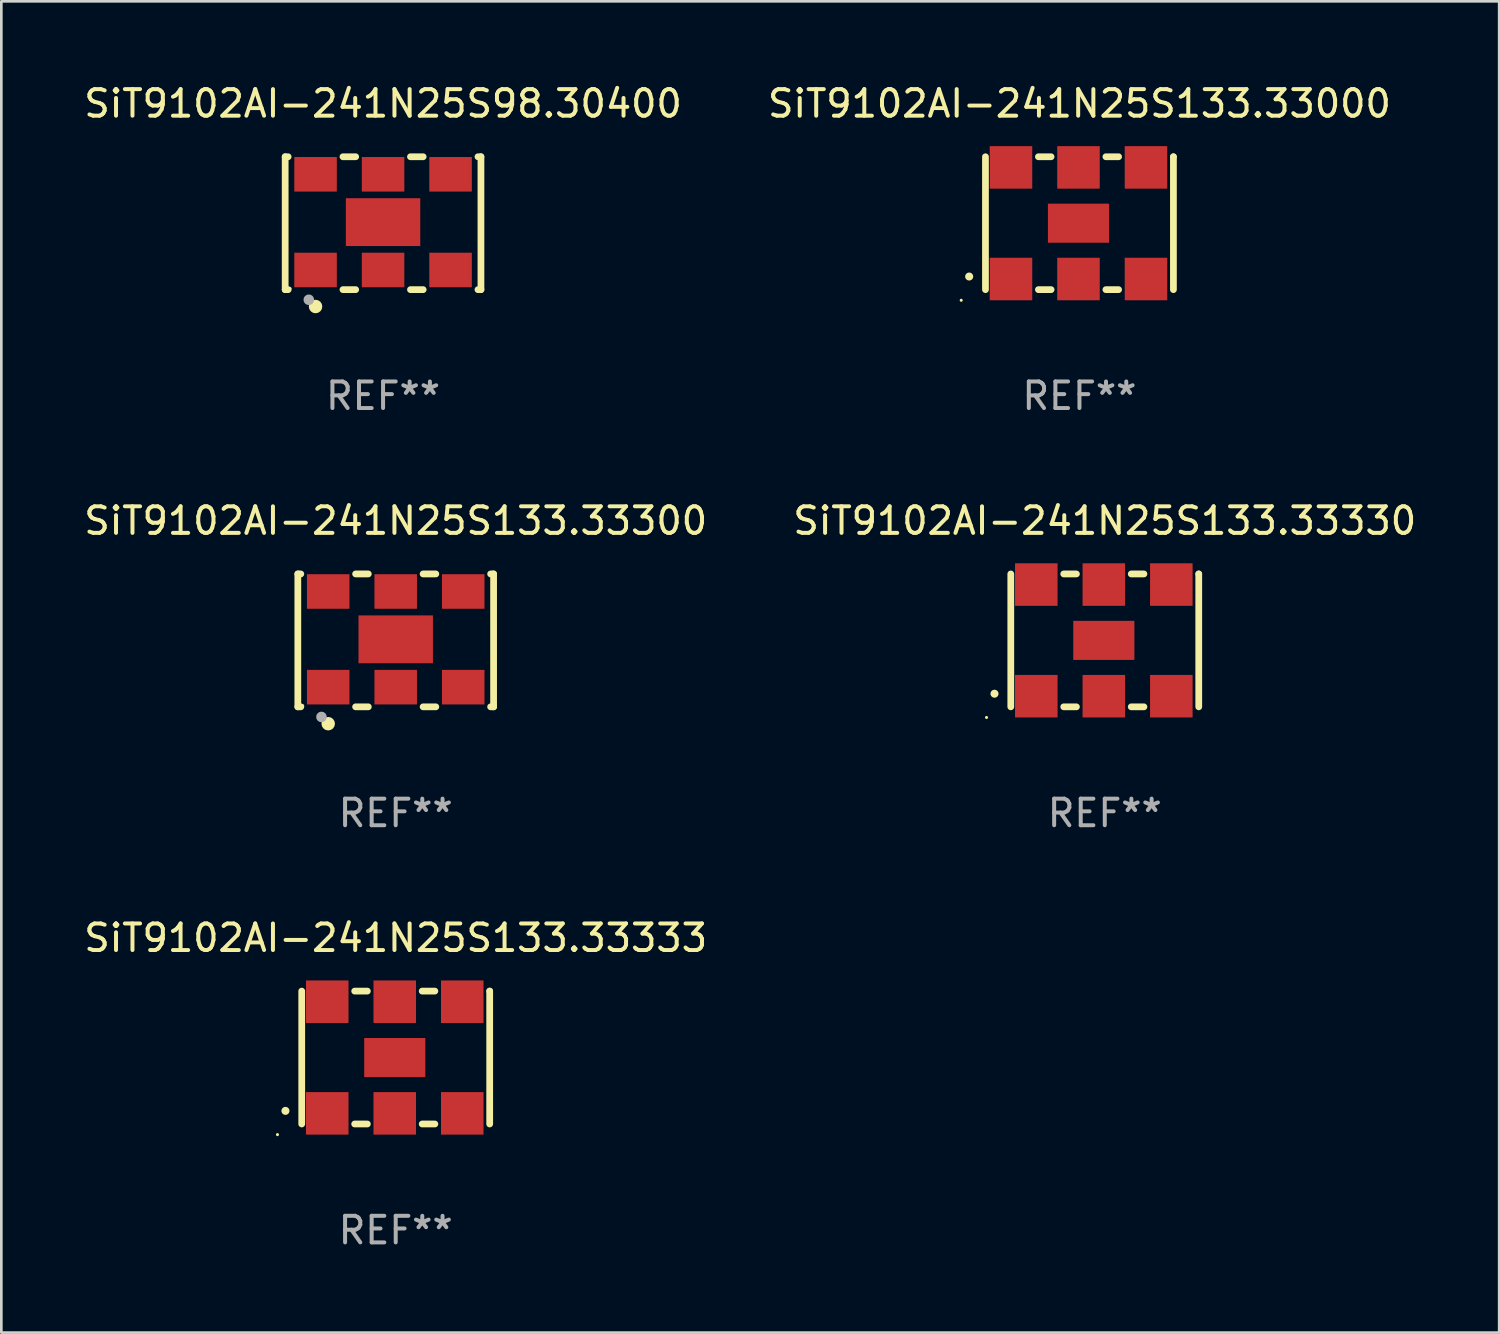
<source format=kicad_pcb>
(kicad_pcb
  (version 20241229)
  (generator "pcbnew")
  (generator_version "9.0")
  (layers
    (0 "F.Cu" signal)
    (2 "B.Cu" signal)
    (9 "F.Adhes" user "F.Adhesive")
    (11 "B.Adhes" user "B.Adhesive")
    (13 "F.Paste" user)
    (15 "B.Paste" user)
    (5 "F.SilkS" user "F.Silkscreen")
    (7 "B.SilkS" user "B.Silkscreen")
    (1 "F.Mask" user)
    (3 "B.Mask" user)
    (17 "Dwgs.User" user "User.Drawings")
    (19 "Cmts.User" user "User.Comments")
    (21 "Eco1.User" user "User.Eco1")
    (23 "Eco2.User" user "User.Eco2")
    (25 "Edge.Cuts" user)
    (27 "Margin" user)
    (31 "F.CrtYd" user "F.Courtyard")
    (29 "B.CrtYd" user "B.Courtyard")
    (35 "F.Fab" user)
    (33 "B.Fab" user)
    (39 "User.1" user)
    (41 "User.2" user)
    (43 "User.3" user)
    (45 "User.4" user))
  (footprint "SiT9102AI-241N25S133.33333"
    (layer "F.Cu")
    (at 11.839 36.741)
    (property "Reference" "SiT9102AI-241N25S133.33333" (at 0 -4.5 0) (layer "F.SilkS") (effects (font (size 1 1) (thickness 0.15))))
    (attr through_hole)
    (fp_line (start -3.536 -2.5) (end -3.536 2.5) (stroke (width 0.254) (type solid)) (layer "F.SilkS"))
    (fp_line (start -1.544 2.5) (end -1.067 2.5) (stroke (width 0.254) (type solid)) (layer "F.SilkS"))
    (fp_line (start -1.067 -2.5) (end -1.544 -2.5) (stroke (width 0.254) (type solid)) (layer "F.SilkS"))
    (fp_line (start 0.996 2.5) (end 1.473 2.5) (stroke (width 0.254) (type solid)) (layer "F.SilkS"))
    (fp_line (start 1.473 -2.5) (end 0.996 -2.5) (stroke (width 0.254) (type solid)) (layer "F.SilkS"))
    (fp_line (start 3.536 -2.5) (end 3.536 -2.5) (stroke (width 0.254) (type solid)) (layer "F.SilkS"))
    (fp_line (start 3.536 2.5) (end 3.536 -2.5) (stroke (width 0.254) (type solid)) (layer "F.SilkS"))
    (fp_arc (start -4.150432 2.006604) (mid -4.149162 2.006599) (end -4.147892 2.006604) (stroke (width 0.3) (type solid)) (layer "F.SilkS"))
    (fp_circle (center -4.449 2.9) (end -4.419 2.9) (stroke (width 0.06) (type solid)) (fill no) (layer "F.SilkS"))
    (fp_text user "REF**" (at 0 6.5 0) (layer "F.Fab") (effects (font (size 1 1) (thickness 0.15))))
    (pad "1" smd rect (at -2.576 2.1) (size 1.6 1.6) (layers "F.Cu" "F.Mask" "F.Paste"))
    (pad "2" smd rect (at -0.036 2.1) (size 1.6 1.6) (layers "F.Cu" "F.Mask" "F.Paste"))
    (pad "3" smd rect (at 2.504 2.1) (size 1.6 1.6) (layers "F.Cu" "F.Mask" "F.Paste"))
    (pad "4" smd rect (at 2.504 -2.1) (size 1.6 1.6) (layers "F.Cu" "F.Mask" "F.Paste"))
    (pad "5" smd rect (at -0.036 -2.1) (size 1.6 1.6) (layers "F.Cu" "F.Mask" "F.Paste"))
    (pad "6" smd rect (at -2.576 -2.1) (size 1.6 1.6) (layers "F.Cu" "F.Mask" "F.Paste"))
    (pad "7" smd rect (at -0.036 0) (size 2.3 1.47) (layers "F.Cu" "F.Mask" "F.Paste")))
  (footprint "SiT9102AI-241N25S133.33000"
    (layer "F.Cu")
    (at 37.565 5.348)
    (property "Reference" "SiT9102AI-241N25S133.33000" (at 0 -4.5 0) (layer "F.SilkS") (effects (font (size 1 1) (thickness 0.15))))
    (attr through_hole)
    (fp_line (start -3.536 -2.5) (end -3.536 2.5) (stroke (width 0.254) (type solid)) (layer "F.SilkS"))
    (fp_line (start -1.544 2.5) (end -1.067 2.5) (stroke (width 0.254) (type solid)) (layer "F.SilkS"))
    (fp_line (start -1.067 -2.5) (end -1.544 -2.5) (stroke (width 0.254) (type solid)) (layer "F.SilkS"))
    (fp_line (start 0.996 2.5) (end 1.473 2.5) (stroke (width 0.254) (type solid)) (layer "F.SilkS"))
    (fp_line (start 1.473 -2.5) (end 0.996 -2.5) (stroke (width 0.254) (type solid)) (layer "F.SilkS"))
    (fp_line (start 3.536 -2.5) (end 3.536 -2.5) (stroke (width 0.254) (type solid)) (layer "F.SilkS"))
    (fp_line (start 3.536 2.5) (end 3.536 -2.5) (stroke (width 0.254) (type solid)) (layer "F.SilkS"))
    (fp_arc (start -4.150432 2.006604) (mid -4.149162 2.006599) (end -4.147892 2.006604) (stroke (width 0.3) (type solid)) (layer "F.SilkS"))
    (fp_circle (center -4.449 2.9) (end -4.419 2.9) (stroke (width 0.06) (type solid)) (fill no) (layer "F.SilkS"))
    (fp_text user "REF**" (at 0 6.5 0) (layer "F.Fab") (effects (font (size 1 1) (thickness 0.15))))
    (pad "1" smd rect (at -2.576 2.1) (size 1.6 1.6) (layers "F.Cu" "F.Mask" "F.Paste"))
    (pad "2" smd rect (at -0.036 2.1) (size 1.6 1.6) (layers "F.Cu" "F.Mask" "F.Paste"))
    (pad "3" smd rect (at 2.504 2.1) (size 1.6 1.6) (layers "F.Cu" "F.Mask" "F.Paste"))
    (pad "4" smd rect (at 2.504 -2.1) (size 1.6 1.6) (layers "F.Cu" "F.Mask" "F.Paste"))
    (pad "5" smd rect (at -0.036 -2.1) (size 1.6 1.6) (layers "F.Cu" "F.Mask" "F.Paste"))
    (pad "6" smd rect (at -2.576 -2.1) (size 1.6 1.6) (layers "F.Cu" "F.Mask" "F.Paste"))
    (pad "7" smd rect (at -0.036 0) (size 2.3 1.47) (layers "F.Cu" "F.Mask" "F.Paste")))
  (footprint "SiT9102AI-241N25S133.33330"
    (layer "F.Cu")
    (at 38.518 21.045)
    (property "Reference" "SiT9102AI-241N25S133.33330" (at 0 -4.5 0) (layer "F.SilkS") (effects (font (size 1 1) (thickness 0.15))))
    (attr through_hole)
    (fp_line (start -3.536 -2.5) (end -3.536 2.5) (stroke (width 0.254) (type solid)) (layer "F.SilkS"))
    (fp_line (start -1.544 2.5) (end -1.067 2.5) (stroke (width 0.254) (type solid)) (layer "F.SilkS"))
    (fp_line (start -1.067 -2.5) (end -1.544 -2.5) (stroke (width 0.254) (type solid)) (layer "F.SilkS"))
    (fp_line (start 0.996 2.5) (end 1.473 2.5) (stroke (width 0.254) (type solid)) (layer "F.SilkS"))
    (fp_line (start 1.473 -2.5) (end 0.996 -2.5) (stroke (width 0.254) (type solid)) (layer "F.SilkS"))
    (fp_line (start 3.536 -2.5) (end 3.536 -2.5) (stroke (width 0.254) (type solid)) (layer "F.SilkS"))
    (fp_line (start 3.536 2.5) (end 3.536 -2.5) (stroke (width 0.254) (type solid)) (layer "F.SilkS"))
    (fp_arc (start -4.150432 2.006604) (mid -4.149162 2.006599) (end -4.147892 2.006604) (stroke (width 0.3) (type solid)) (layer "F.SilkS"))
    (fp_circle (center -4.449 2.9) (end -4.419 2.9) (stroke (width 0.06) (type solid)) (fill no) (layer "F.SilkS"))
    (fp_text user "REF**" (at 0 6.5 0) (layer "F.Fab") (effects (font (size 1 1) (thickness 0.15))))
    (pad "1" smd rect (at -2.576 2.1) (size 1.6 1.6) (layers "F.Cu" "F.Mask" "F.Paste"))
    (pad "2" smd rect (at -0.036 2.1) (size 1.6 1.6) (layers "F.Cu" "F.Mask" "F.Paste"))
    (pad "3" smd rect (at 2.504 2.1) (size 1.6 1.6) (layers "F.Cu" "F.Mask" "F.Paste"))
    (pad "4" smd rect (at 2.504 -2.1) (size 1.6 1.6) (layers "F.Cu" "F.Mask" "F.Paste"))
    (pad "5" smd rect (at -0.036 -2.1) (size 1.6 1.6) (layers "F.Cu" "F.Mask" "F.Paste"))
    (pad "6" smd rect (at -2.576 -2.1) (size 1.6 1.6) (layers "F.Cu" "F.Mask" "F.Paste"))
    (pad "7" smd rect (at -0.036 0) (size 2.3 1.47) (layers "F.Cu" "F.Mask" "F.Paste")))
  (footprint "SiT9102AI-241N25S98.30400"
    (layer "F.Cu")
    (at 11.363 5.348)
    (property "Reference" "SiT9102AI-241N25S98.30400" (at 0 -4.5 0) (layer "F.SilkS") (effects (font (size 1 1) (thickness 0.15))))
    (attr through_hole)
    (fp_line (start -3.683 -2.5) (end -3.571 -2.5) (stroke (width 0.254) (type solid)) (layer "F.SilkS"))
    (fp_line (start -3.683 2.5) (end -3.683 -2.5) (stroke (width 0.254) (type solid)) (layer "F.SilkS"))
    (fp_line (start -3.683 2.5) (end -3.571 2.5) (stroke (width 0.254) (type solid)) (layer "F.SilkS"))
    (fp_line (start -1.509 -2.5) (end -1.031 -2.5) (stroke (width 0.254) (type solid)) (layer "F.SilkS"))
    (fp_line (start -1.509 2.5) (end -1.031 2.5) (stroke (width 0.254) (type solid)) (layer "F.SilkS"))
    (fp_line (start 1.031 -2.5) (end 1.509 -2.5) (stroke (width 0.254) (type solid)) (layer "F.SilkS"))
    (fp_line (start 1.031 2.5) (end 1.509 2.5) (stroke (width 0.254) (type solid)) (layer "F.SilkS"))
    (fp_line (start 3.571 -2.5) (end 3.683 -2.5) (stroke (width 0.254) (type solid)) (layer "F.SilkS"))
    (fp_line (start 3.571 2.5) (end 3.683 2.5) (stroke (width 0.254) (type solid)) (layer "F.SilkS"))
    (fp_line (start 3.683 2.5) (end 3.683 -2.5) (stroke (width 0.254) (type solid)) (layer "F.SilkS"))
    (fp_circle (center -3.5 2.46) (end -3.47 2.46) (stroke (width 0.06) (type solid)) (fill no) (layer "F.SilkS"))
    (fp_circle (center -2.54 3.135) (end -2.413 3.135) (stroke (width 0.254) (type solid)) (fill no) (layer "F.SilkS"))
    (fp_circle (center -2.794 2.881) (end -2.694 2.881) (stroke (width 0.2) (type solid)) (fill no) (layer "F.Fab"))
    (fp_text user "REF**" (at 0 6.5 0) (layer "F.Fab") (effects (font (size 1 1) (thickness 0.15))))
    (pad "1" smd rect (at -2.54 1.76) (size 1.6 1.3) (layers "F.Cu" "F.Mask" "F.Paste"))
    (pad "2" smd rect (at 0 1.76) (size 1.6 1.3) (layers "F.Cu" "F.Mask" "F.Paste"))
    (pad "3" smd rect (at 2.54 1.76) (size 1.6 1.3) (layers "F.Cu" "F.Mask" "F.Paste"))
    (pad "4" smd rect (at 2.54 -1.84) (size 1.6 1.3) (layers "F.Cu" "F.Mask" "F.Paste"))
    (pad "5" smd rect (at 0 -1.84) (size 1.6 1.3) (layers "F.Cu" "F.Mask" "F.Paste"))
    (pad "6" smd rect (at -2.54 -1.84) (size 1.6 1.3) (layers "F.Cu" "F.Mask" "F.Paste"))
    (pad "7" smd rect (at 0 -0.04) (size 2.8 1.8) (layers "F.Cu" "F.Mask" "F.Paste")))
  (footprint "SiT9102AI-241N25S133.33300"
    (layer "F.Cu")
    (at 11.839 21.045)
    (property "Reference" "SiT9102AI-241N25S133.33300" (at 0 -4.5 0) (layer "F.SilkS") (effects (font (size 1 1) (thickness 0.15))))
    (attr through_hole)
    (fp_line (start -3.683 -2.5) (end -3.571 -2.5) (stroke (width 0.254) (type solid)) (layer "F.SilkS"))
    (fp_line (start -3.683 2.5) (end -3.683 -2.5) (stroke (width 0.254) (type solid)) (layer "F.SilkS"))
    (fp_line (start -3.683 2.5) (end -3.571 2.5) (stroke (width 0.254) (type solid)) (layer "F.SilkS"))
    (fp_line (start -1.509 -2.5) (end -1.031 -2.5) (stroke (width 0.254) (type solid)) (layer "F.SilkS"))
    (fp_line (start -1.509 2.5) (end -1.031 2.5) (stroke (width 0.254) (type solid)) (layer "F.SilkS"))
    (fp_line (start 1.031 -2.5) (end 1.509 -2.5) (stroke (width 0.254) (type solid)) (layer "F.SilkS"))
    (fp_line (start 1.031 2.5) (end 1.509 2.5) (stroke (width 0.254) (type solid)) (layer "F.SilkS"))
    (fp_line (start 3.571 -2.5) (end 3.683 -2.5) (stroke (width 0.254) (type solid)) (layer "F.SilkS"))
    (fp_line (start 3.571 2.5) (end 3.683 2.5) (stroke (width 0.254) (type solid)) (layer "F.SilkS"))
    (fp_line (start 3.683 2.5) (end 3.683 -2.5) (stroke (width 0.254) (type solid)) (layer "F.SilkS"))
    (fp_circle (center -3.5 2.46) (end -3.47 2.46) (stroke (width 0.06) (type solid)) (fill no) (layer "F.SilkS"))
    (fp_circle (center -2.54 3.135) (end -2.413 3.135) (stroke (width 0.254) (type solid)) (fill no) (layer "F.SilkS"))
    (fp_circle (center -2.794 2.881) (end -2.694 2.881) (stroke (width 0.2) (type solid)) (fill no) (layer "F.Fab"))
    (fp_text user "REF**" (at 0 6.5 0) (layer "F.Fab") (effects (font (size 1 1) (thickness 0.15))))
    (pad "1" smd rect (at -2.54 1.76) (size 1.6 1.3) (layers "F.Cu" "F.Mask" "F.Paste"))
    (pad "2" smd rect (at 0 1.76) (size 1.6 1.3) (layers "F.Cu" "F.Mask" "F.Paste"))
    (pad "3" smd rect (at 2.54 1.76) (size 1.6 1.3) (layers "F.Cu" "F.Mask" "F.Paste"))
    (pad "4" smd rect (at 2.54 -1.84) (size 1.6 1.3) (layers "F.Cu" "F.Mask" "F.Paste"))
    (pad "5" smd rect (at 0 -1.84) (size 1.6 1.3) (layers "F.Cu" "F.Mask" "F.Paste"))
    (pad "6" smd rect (at -2.54 -1.84) (size 1.6 1.3) (layers "F.Cu" "F.Mask" "F.Paste"))
    (pad "7" smd rect (at 0 -0.04) (size 2.8 1.8) (layers "F.Cu" "F.Mask" "F.Paste")))
  (gr_rect
    (start -3 -3)
    (end 53.357 47.09)
    (stroke (width 0.1) (type default))
    (fill no)
    (layer "Edge.Cuts")))
</source>
